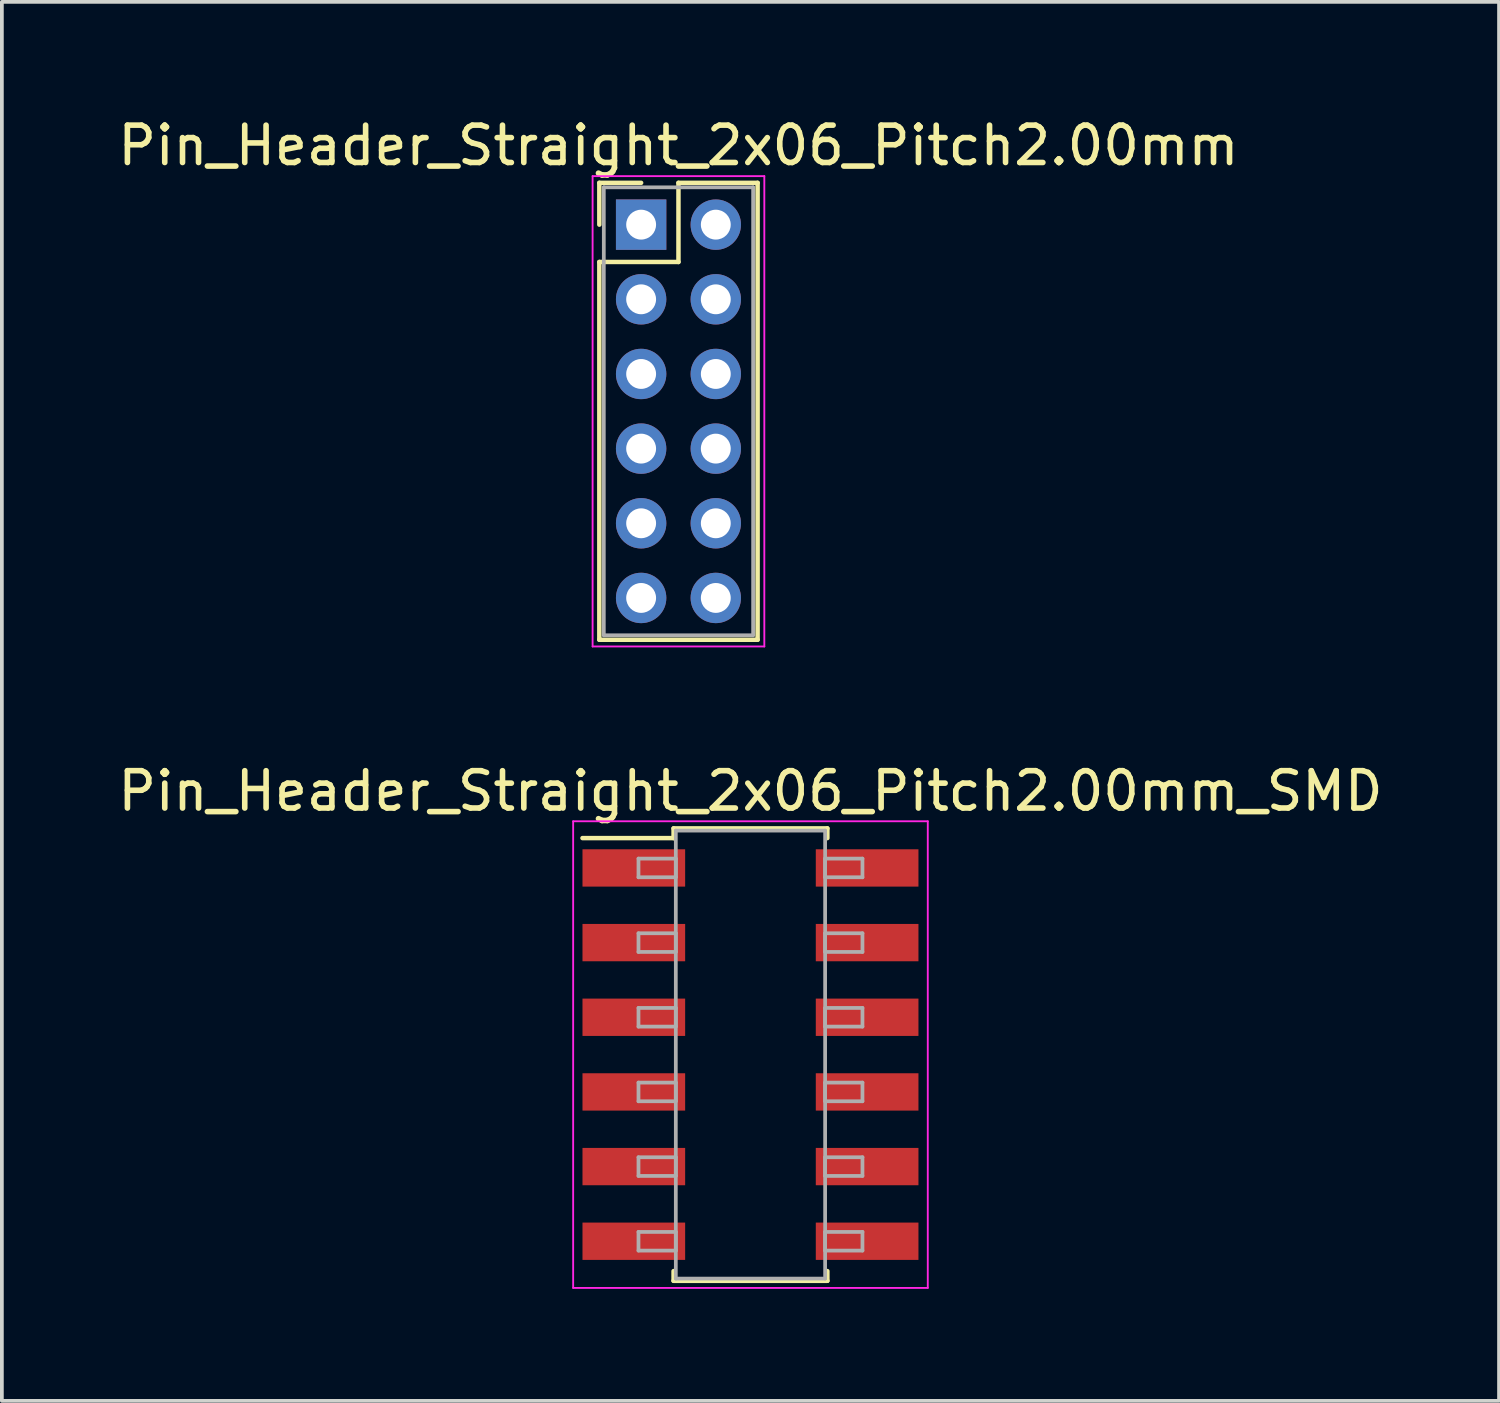
<source format=kicad_pcb>
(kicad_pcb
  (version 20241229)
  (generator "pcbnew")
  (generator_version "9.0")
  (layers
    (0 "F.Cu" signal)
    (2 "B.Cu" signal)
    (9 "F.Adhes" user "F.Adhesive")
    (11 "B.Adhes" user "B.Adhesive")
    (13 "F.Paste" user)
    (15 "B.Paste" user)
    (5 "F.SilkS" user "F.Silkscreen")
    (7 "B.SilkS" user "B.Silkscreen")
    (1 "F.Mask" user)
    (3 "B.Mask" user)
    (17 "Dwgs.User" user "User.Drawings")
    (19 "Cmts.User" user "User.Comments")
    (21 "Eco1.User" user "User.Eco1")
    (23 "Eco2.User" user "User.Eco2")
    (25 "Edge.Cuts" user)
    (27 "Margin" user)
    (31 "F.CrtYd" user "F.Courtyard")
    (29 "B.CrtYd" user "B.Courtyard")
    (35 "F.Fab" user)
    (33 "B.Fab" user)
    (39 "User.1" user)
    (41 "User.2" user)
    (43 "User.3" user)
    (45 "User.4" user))
  (footprint "Pin_Header_Straight_2x06_Pitch2.00mm"
    (layer "F.Cu")
    (at 14.125 2.968)
    (property "Reference" "Pin_Header_Straight_2x06_Pitch2.00mm" (at 1 -2.12 0) (layer "F.SilkS") (effects (font (size 1 1) (thickness 0.15))))
    (attr through_hole)
    (fp_line (start -1.12 -1.12) (end 0 -1.12) (stroke (width 0.12) (type solid)) (layer "F.SilkS"))
    (fp_line (start -1.12 0) (end -1.12 -1.12) (stroke (width 0.12) (type solid)) (layer "F.SilkS"))
    (fp_line (start -1.12 1) (end -1.12 11.12) (stroke (width 0.12) (type solid)) (layer "F.SilkS"))
    (fp_line (start -1.12 11.12) (end 3.12 11.12) (stroke (width 0.12) (type solid)) (layer "F.SilkS"))
    (fp_line (start 1 -1.12) (end 1 1) (stroke (width 0.12) (type solid)) (layer "F.SilkS"))
    (fp_line (start 1 1) (end -1.12 1) (stroke (width 0.12) (type solid)) (layer "F.SilkS"))
    (fp_line (start 3.12 -1.12) (end 1 -1.12) (stroke (width 0.12) (type solid)) (layer "F.SilkS"))
    (fp_line (start 3.12 11.12) (end 3.12 -1.12) (stroke (width 0.12) (type solid)) (layer "F.SilkS"))
    (fp_line (start -1.3 -1.3) (end -1.3 11.3) (stroke (width 0.05) (type solid)) (layer "F.CrtYd"))
    (fp_line (start -1.3 11.3) (end 3.3 11.3) (stroke (width 0.05) (type solid)) (layer "F.CrtYd"))
    (fp_line (start 3.3 -1.3) (end -1.3 -1.3) (stroke (width 0.05) (type solid)) (layer "F.CrtYd"))
    (fp_line (start 3.3 11.3) (end 3.3 -1.3) (stroke (width 0.05) (type solid)) (layer "F.CrtYd"))
    (fp_line (start -1 -1) (end -1 11) (stroke (width 0.1) (type solid)) (layer "F.Fab"))
    (fp_line (start -1 11) (end 3 11) (stroke (width 0.1) (type solid)) (layer "F.Fab"))
    (fp_line (start 3 -1) (end -1 -1) (stroke (width 0.1) (type solid)) (layer "F.Fab"))
    (fp_line (start 3 11) (end 3 -1) (stroke (width 0.1) (type solid)) (layer "F.Fab"))
    (pad "1" thru_hole rect (at 0 0) (size 1.35 1.35) (drill 0.8) (layers "*.Cu" "*.Mask"))
    (pad "2" thru_hole oval (at 2 0) (size 1.35 1.35) (drill 0.8) (layers "*.Cu" "*.Mask"))
    (pad "3" thru_hole oval (at 0 2) (size 1.35 1.35) (drill 0.8) (layers "*.Cu" "*.Mask"))
    (pad "4" thru_hole oval (at 2 2) (size 1.35 1.35) (drill 0.8) (layers "*.Cu" "*.Mask"))
    (pad "5" thru_hole oval (at 0 4) (size 1.35 1.35) (drill 0.8) (layers "*.Cu" "*.Mask"))
    (pad "6" thru_hole oval (at 2 4) (size 1.35 1.35) (drill 0.8) (layers "*.Cu" "*.Mask"))
    (pad "7" thru_hole oval (at 0 6) (size 1.35 1.35) (drill 0.8) (layers "*.Cu" "*.Mask"))
    (pad "8" thru_hole oval (at 2 6) (size 1.35 1.35) (drill 0.8) (layers "*.Cu" "*.Mask"))
    (pad "9" thru_hole oval (at 0 8) (size 1.35 1.35) (drill 0.8) (layers "*.Cu" "*.Mask"))
    (pad "10" thru_hole oval (at 2 8) (size 1.35 1.35) (drill 0.8) (layers "*.Cu" "*.Mask"))
    (pad "11" thru_hole oval (at 0 10) (size 1.35 1.35) (drill 0.8) (layers "*.Cu" "*.Mask"))
    (pad "12" thru_hole oval (at 2 10) (size 1.35 1.35) (drill 0.8) (layers "*.Cu" "*.Mask")))
  (footprint "Pin_Header_Straight_2x06_Pitch2.00mm_SMD"
    (layer "F.Cu")
    (at 17.054 25.201)
    (property "Reference" "Pin_Header_Straight_2x06_Pitch2.00mm_SMD" (at 0 -7.06 0) (layer "F.SilkS") (effects (font (size 1 1) (thickness 0.15))))
    (attr smd)
    (fp_line (start -4.5 -5.8) (end -2.06 -5.8) (stroke (width 0.12) (type solid)) (layer "F.SilkS"))
    (fp_line (start -2.06 -6.06) (end 2.06 -6.06) (stroke (width 0.12) (type solid)) (layer "F.SilkS"))
    (fp_line (start -2.06 -5.8) (end -2.06 -6.06) (stroke (width 0.12) (type solid)) (layer "F.SilkS"))
    (fp_line (start -2.06 5.8) (end -2.06 6.06) (stroke (width 0.12) (type solid)) (layer "F.SilkS"))
    (fp_line (start -2.06 6.06) (end 2.06 6.06) (stroke (width 0.12) (type solid)) (layer "F.SilkS"))
    (fp_line (start 2.06 -6.06) (end 2.06 -5.8) (stroke (width 0.12) (type solid)) (layer "F.SilkS"))
    (fp_line (start 2.06 6.06) (end 2.06 5.8) (stroke (width 0.12) (type solid)) (layer "F.SilkS"))
    (fp_line (start -4.75 -6.25) (end -4.75 6.25) (stroke (width 0.05) (type solid)) (layer "F.CrtYd"))
    (fp_line (start -4.75 6.25) (end 4.75 6.25) (stroke (width 0.05) (type solid)) (layer "F.CrtYd"))
    (fp_line (start 4.75 -6.25) (end -4.75 -6.25) (stroke (width 0.05) (type solid)) (layer "F.CrtYd"))
    (fp_line (start 4.75 6.25) (end 4.75 -6.25) (stroke (width 0.05) (type solid)) (layer "F.CrtYd"))
    (fp_line (start -3 -5.25) (end -2 -5.25) (stroke (width 0.1) (type solid)) (layer "F.Fab"))
    (fp_line (start -3 -4.75) (end -3 -5.25) (stroke (width 0.1) (type solid)) (layer "F.Fab"))
    (fp_line (start -3 -3.25) (end -2 -3.25) (stroke (width 0.1) (type solid)) (layer "F.Fab"))
    (fp_line (start -3 -2.75) (end -3 -3.25) (stroke (width 0.1) (type solid)) (layer "F.Fab"))
    (fp_line (start -3 -1.25) (end -2 -1.25) (stroke (width 0.1) (type solid)) (layer "F.Fab"))
    (fp_line (start -3 -0.75) (end -3 -1.25) (stroke (width 0.1) (type solid)) (layer "F.Fab"))
    (fp_line (start -3 0.75) (end -2 0.75) (stroke (width 0.1) (type solid)) (layer "F.Fab"))
    (fp_line (start -3 1.25) (end -3 0.75) (stroke (width 0.1) (type solid)) (layer "F.Fab"))
    (fp_line (start -3 2.75) (end -2 2.75) (stroke (width 0.1) (type solid)) (layer "F.Fab"))
    (fp_line (start -3 3.25) (end -3 2.75) (stroke (width 0.1) (type solid)) (layer "F.Fab"))
    (fp_line (start -3 4.75) (end -2 4.75) (stroke (width 0.1) (type solid)) (layer "F.Fab"))
    (fp_line (start -3 5.25) (end -3 4.75) (stroke (width 0.1) (type solid)) (layer "F.Fab"))
    (fp_line (start -2 -6) (end -2 6) (stroke (width 0.1) (type solid)) (layer "F.Fab"))
    (fp_line (start -2 -5.25) (end -2 -4.75) (stroke (width 0.1) (type solid)) (layer "F.Fab"))
    (fp_line (start -2 -4.75) (end -3 -4.75) (stroke (width 0.1) (type solid)) (layer "F.Fab"))
    (fp_line (start -2 -3.25) (end -2 -2.75) (stroke (width 0.1) (type solid)) (layer "F.Fab"))
    (fp_line (start -2 -2.75) (end -3 -2.75) (stroke (width 0.1) (type solid)) (layer "F.Fab"))
    (fp_line (start -2 -1.25) (end -2 -0.75) (stroke (width 0.1) (type solid)) (layer "F.Fab"))
    (fp_line (start -2 -0.75) (end -3 -0.75) (stroke (width 0.1) (type solid)) (layer "F.Fab"))
    (fp_line (start -2 0.75) (end -2 1.25) (stroke (width 0.1) (type solid)) (layer "F.Fab"))
    (fp_line (start -2 1.25) (end -3 1.25) (stroke (width 0.1) (type solid)) (layer "F.Fab"))
    (fp_line (start -2 2.75) (end -2 3.25) (stroke (width 0.1) (type solid)) (layer "F.Fab"))
    (fp_line (start -2 3.25) (end -3 3.25) (stroke (width 0.1) (type solid)) (layer "F.Fab"))
    (fp_line (start -2 4.75) (end -2 5.25) (stroke (width 0.1) (type solid)) (layer "F.Fab"))
    (fp_line (start -2 5.25) (end -3 5.25) (stroke (width 0.1) (type solid)) (layer "F.Fab"))
    (fp_line (start -2 6) (end 2 6) (stroke (width 0.1) (type solid)) (layer "F.Fab"))
    (fp_line (start 2 -6) (end -2 -6) (stroke (width 0.1) (type solid)) (layer "F.Fab"))
    (fp_line (start 2 -5.25) (end 2 -4.75) (stroke (width 0.1) (type solid)) (layer "F.Fab"))
    (fp_line (start 2 -4.75) (end 3 -4.75) (stroke (width 0.1) (type solid)) (layer "F.Fab"))
    (fp_line (start 2 -3.25) (end 2 -2.75) (stroke (width 0.1) (type solid)) (layer "F.Fab"))
    (fp_line (start 2 -2.75) (end 3 -2.75) (stroke (width 0.1) (type solid)) (layer "F.Fab"))
    (fp_line (start 2 -1.25) (end 2 -0.75) (stroke (width 0.1) (type solid)) (layer "F.Fab"))
    (fp_line (start 2 -0.75) (end 3 -0.75) (stroke (width 0.1) (type solid)) (layer "F.Fab"))
    (fp_line (start 2 0.75) (end 2 1.25) (stroke (width 0.1) (type solid)) (layer "F.Fab"))
    (fp_line (start 2 1.25) (end 3 1.25) (stroke (width 0.1) (type solid)) (layer "F.Fab"))
    (fp_line (start 2 2.75) (end 2 3.25) (stroke (width 0.1) (type solid)) (layer "F.Fab"))
    (fp_line (start 2 3.25) (end 3 3.25) (stroke (width 0.1) (type solid)) (layer "F.Fab"))
    (fp_line (start 2 4.75) (end 2 5.25) (stroke (width 0.1) (type solid)) (layer "F.Fab"))
    (fp_line (start 2 5.25) (end 3 5.25) (stroke (width 0.1) (type solid)) (layer "F.Fab"))
    (fp_line (start 2 6) (end 2 -6) (stroke (width 0.1) (type solid)) (layer "F.Fab"))
    (fp_line (start 3 -5.25) (end 2 -5.25) (stroke (width 0.1) (type solid)) (layer "F.Fab"))
    (fp_line (start 3 -4.75) (end 3 -5.25) (stroke (width 0.1) (type solid)) (layer "F.Fab"))
    (fp_line (start 3 -3.25) (end 2 -3.25) (stroke (width 0.1) (type solid)) (layer "F.Fab"))
    (fp_line (start 3 -2.75) (end 3 -3.25) (stroke (width 0.1) (type solid)) (layer "F.Fab"))
    (fp_line (start 3 -1.25) (end 2 -1.25) (stroke (width 0.1) (type solid)) (layer "F.Fab"))
    (fp_line (start 3 -0.75) (end 3 -1.25) (stroke (width 0.1) (type solid)) (layer "F.Fab"))
    (fp_line (start 3 0.75) (end 2 0.75) (stroke (width 0.1) (type solid)) (layer "F.Fab"))
    (fp_line (start 3 1.25) (end 3 0.75) (stroke (width 0.1) (type solid)) (layer "F.Fab"))
    (fp_line (start 3 2.75) (end 2 2.75) (stroke (width 0.1) (type solid)) (layer "F.Fab"))
    (fp_line (start 3 3.25) (end 3 2.75) (stroke (width 0.1) (type solid)) (layer "F.Fab"))
    (fp_line (start 3 4.75) (end 2 4.75) (stroke (width 0.1) (type solid)) (layer "F.Fab"))
    (fp_line (start 3 5.25) (end 3 4.75) (stroke (width 0.1) (type solid)) (layer "F.Fab"))
    (pad "1" smd rect (at -3.125 -5) (size 2.75 1) (layers "F.Cu" "F.Mask"))
    (pad "2" smd rect (at 3.125 -5) (size 2.75 1) (layers "F.Cu" "F.Mask"))
    (pad "3" smd rect (at -3.125 -3) (size 2.75 1) (layers "F.Cu" "F.Mask"))
    (pad "4" smd rect (at 3.125 -3) (size 2.75 1) (layers "F.Cu" "F.Mask"))
    (pad "5" smd rect (at -3.125 -1) (size 2.75 1) (layers "F.Cu" "F.Mask"))
    (pad "6" smd rect (at 3.125 -1) (size 2.75 1) (layers "F.Cu" "F.Mask"))
    (pad "7" smd rect (at -3.125 1) (size 2.75 1) (layers "F.Cu" "F.Mask"))
    (pad "8" smd rect (at 3.125 1) (size 2.75 1) (layers "F.Cu" "F.Mask"))
    (pad "9" smd rect (at -3.125 3) (size 2.75 1) (layers "F.Cu" "F.Mask"))
    (pad "10" smd rect (at 3.125 3) (size 2.75 1) (layers "F.Cu" "F.Mask"))
    (pad "11" smd rect (at -3.125 5) (size 2.75 1) (layers "F.Cu" "F.Mask"))
    (pad "12" smd rect (at 3.125 5) (size 2.75 1) (layers "F.Cu" "F.Mask")))
  (gr_rect
    (start -3 -3)
    (end 37.107 34.477)
    (stroke (width 0.1) (type default))
    (fill no)
    (layer "Edge.Cuts")))
</source>
